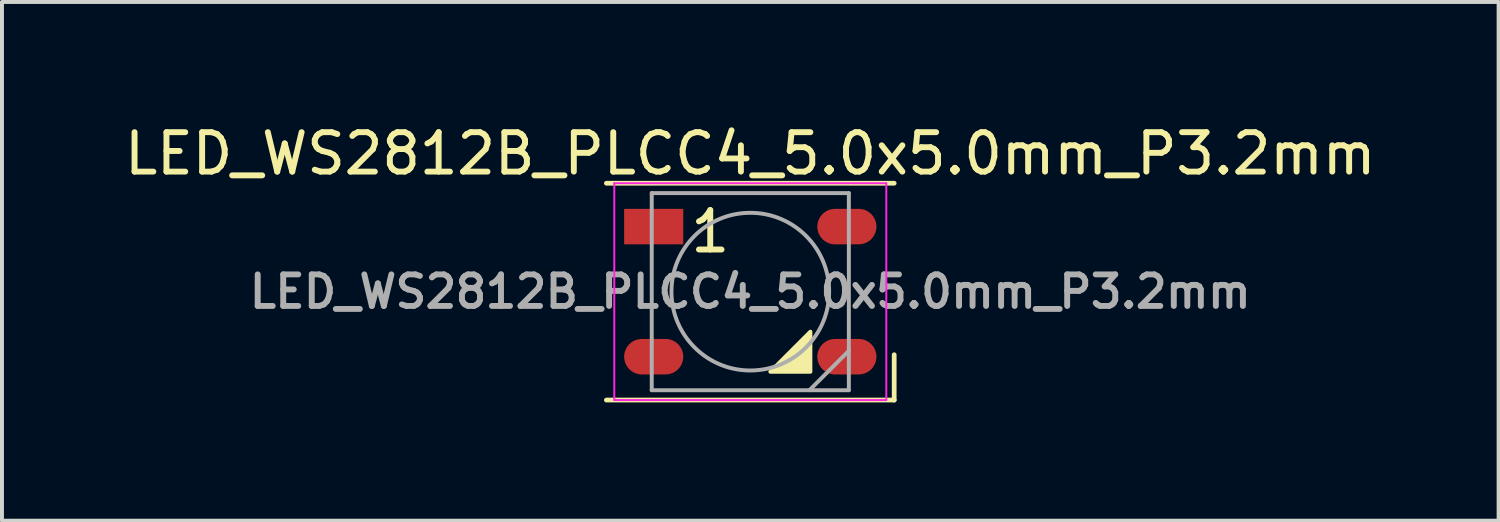
<source format=kicad_pcb>
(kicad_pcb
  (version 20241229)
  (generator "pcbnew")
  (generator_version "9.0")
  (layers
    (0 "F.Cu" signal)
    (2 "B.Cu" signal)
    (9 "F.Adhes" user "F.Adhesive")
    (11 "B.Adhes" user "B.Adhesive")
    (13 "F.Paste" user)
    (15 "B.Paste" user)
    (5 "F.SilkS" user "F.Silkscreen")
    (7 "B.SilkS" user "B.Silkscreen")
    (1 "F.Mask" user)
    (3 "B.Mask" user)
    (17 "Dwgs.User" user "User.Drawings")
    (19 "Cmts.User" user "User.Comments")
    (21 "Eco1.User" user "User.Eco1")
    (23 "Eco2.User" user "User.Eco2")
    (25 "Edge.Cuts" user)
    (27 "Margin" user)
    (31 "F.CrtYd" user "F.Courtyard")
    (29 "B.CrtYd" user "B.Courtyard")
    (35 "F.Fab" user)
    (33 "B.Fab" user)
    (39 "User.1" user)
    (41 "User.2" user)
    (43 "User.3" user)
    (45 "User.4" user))
  (footprint "LED_WS2812B_PLCC4_5.0x5.0mm_P3.2mm"
    (layer "F.Cu")
    (at 15.982 4.348)
    (property "Reference" "LED_WS2812B_PLCC4_5.0x5.0mm_P3.2mm" (at 0 -3.5 0) (layer "F.SilkS") (effects (font (size 1 1) (thickness 0.15))))
    (attr smd)
    (fp_line (start -3.65 -2.75) (end 3.65 -2.75) (stroke (width 0.12) (type solid)) (layer "F.SilkS"))
    (fp_line (start -3.65 2.75) (end 3.65 2.75) (stroke (width 0.12) (type solid)) (layer "F.SilkS"))
    (fp_line (start 3.65 2.75) (end 3.65 1.6) (stroke (width 0.12) (type solid)) (layer "F.SilkS"))
    (fp_poly (pts (xy 1.524 1.016) (xy 1.524 2.032) (xy 0.508 2.032)) (stroke (width 0.1) (type solid)) (fill yes) (layer "F.SilkS"))
    (fp_line (start -3.45 -2.75) (end -3.45 2.75) (stroke (width 0.05) (type solid)) (layer "F.CrtYd"))
    (fp_line (start -3.45 2.75) (end 3.45 2.75) (stroke (width 0.05) (type solid)) (layer "F.CrtYd"))
    (fp_line (start 3.45 -2.75) (end -3.45 -2.75) (stroke (width 0.05) (type solid)) (layer "F.CrtYd"))
    (fp_line (start 3.45 2.75) (end 3.45 -2.75) (stroke (width 0.05) (type solid)) (layer "F.CrtYd"))
    (fp_line (start -2.5 -2.5) (end -2.5 2.5) (stroke (width 0.1) (type solid)) (layer "F.Fab"))
    (fp_line (start -2.5 2.5) (end 2.5 2.5) (stroke (width 0.1) (type solid)) (layer "F.Fab"))
    (fp_line (start 2.5 -2.5) (end -2.5 -2.5) (stroke (width 0.1) (type solid)) (layer "F.Fab"))
    (fp_line (start 2.5 1.5) (end 1.5 2.5) (stroke (width 0.1) (type solid)) (layer "F.Fab"))
    (fp_line (start 2.5 2.5) (end 2.5 -2.5) (stroke (width 0.1) (type solid)) (layer "F.Fab"))
    (fp_circle (center 0 0) (end 0 -2) (stroke (width 0.1) (type solid)) (fill no) (layer "F.Fab"))
    (fp_text user "1" (at -1.016 -1.524 0) (layer "F.SilkS") (effects (font (size 1 1) (thickness 0.15))))
    (fp_text user "${REFERENCE}" (at 0 0 0) (layer "F.Fab") (effects (font (size 0.8 0.8) (thickness 0.15))))
    (pad "1" smd rect (at -2.45 -1.65) (size 1.5 0.9) (layers "F.Cu" "F.Mask" "F.Paste"))
    (pad "2" smd oval (at -2.45 1.65) (size 1.5 0.9) (layers "F.Cu" "F.Mask" "F.Paste"))
    (pad "3" smd oval (at 2.45 1.65) (size 1.5 0.9) (layers "F.Cu" "F.Mask" "F.Paste"))
    (pad "4" smd oval (at 2.45 -1.65) (size 1.5 0.9) (layers "F.Cu" "F.Mask" "F.Paste")))
  (gr_rect
    (start -3 -3)
    (end 34.964 10.158)
    (stroke (width 0.1) (type default))
    (fill no)
    (layer "Edge.Cuts")))
</source>
